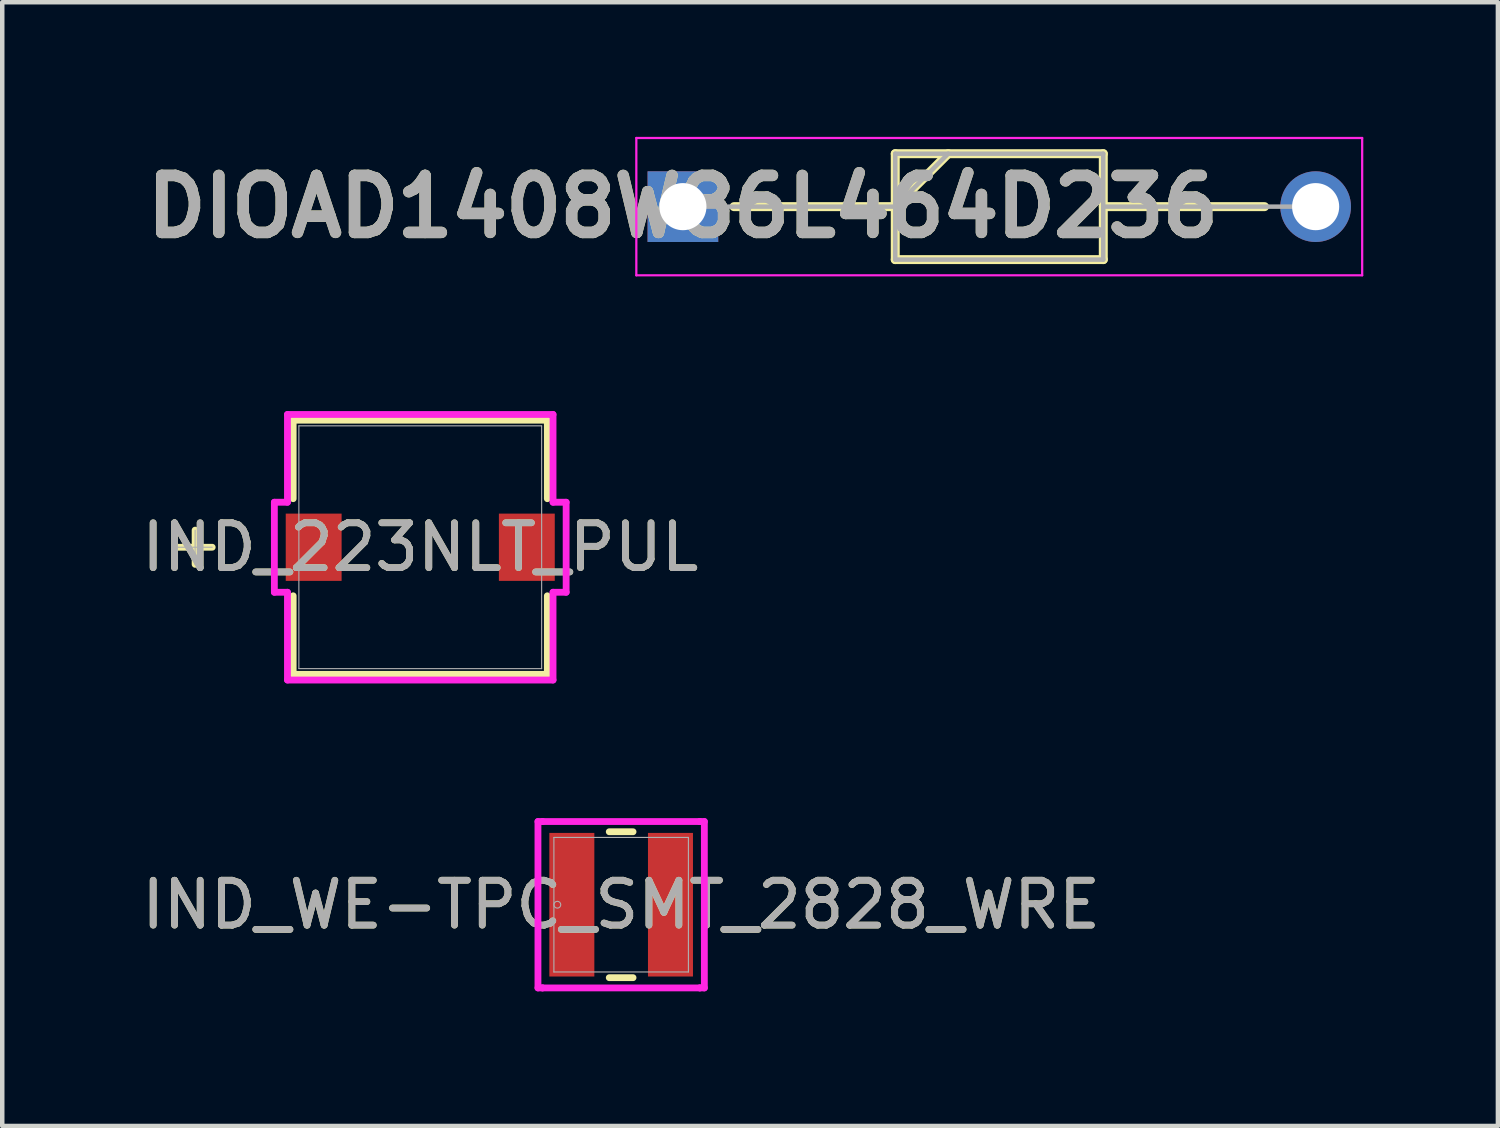
<source format=kicad_pcb>
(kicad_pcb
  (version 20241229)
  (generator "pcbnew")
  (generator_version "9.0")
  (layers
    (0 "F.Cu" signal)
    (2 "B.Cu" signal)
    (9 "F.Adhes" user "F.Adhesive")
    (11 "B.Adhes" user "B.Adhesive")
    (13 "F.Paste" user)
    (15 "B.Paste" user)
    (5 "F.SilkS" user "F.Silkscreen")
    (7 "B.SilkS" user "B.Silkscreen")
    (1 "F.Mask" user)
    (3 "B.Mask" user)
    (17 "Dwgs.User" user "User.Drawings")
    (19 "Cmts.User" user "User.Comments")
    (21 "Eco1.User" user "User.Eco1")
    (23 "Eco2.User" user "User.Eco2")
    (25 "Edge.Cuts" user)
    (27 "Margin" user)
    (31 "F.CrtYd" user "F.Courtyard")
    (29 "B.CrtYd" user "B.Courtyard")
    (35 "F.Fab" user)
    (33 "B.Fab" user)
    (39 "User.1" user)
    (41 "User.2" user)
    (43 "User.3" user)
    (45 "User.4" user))
  (footprint "IND_WE-TPC_SMT_2828_WRE"
    (layer "F.Cu")
    (at 10.792 17.111)
    (property "Reference" "IND_WE-TPC_SMT_2828_WRE" (at 0 0 0) (unlocked yes) (layer "F.SilkS") (effects (font (size 1 1) (thickness 0.15))))
    (attr smd)
    (fp_line (start -0.265 1.626) (end 0.265 1.626) (stroke (width 0.152) (type solid)) (layer "F.SilkS"))
    (fp_line (start 0.265 -1.626) (end -0.265 -1.626) (stroke (width 0.152) (type solid)) (layer "F.SilkS"))
    (fp_line (start -1.854 -1.854) (end -1.753 -1.854) (stroke (width 0.152) (type solid)) (layer "F.CrtYd"))
    (fp_line (start -1.854 1.854) (end -1.854 -1.854) (stroke (width 0.152) (type solid)) (layer "F.CrtYd"))
    (fp_line (start -1.753 -1.854) (end -1.753 -1.854) (stroke (width 0.152) (type solid)) (layer "F.CrtYd"))
    (fp_line (start -1.753 -1.854) (end 1.753 -1.854) (stroke (width 0.152) (type solid)) (layer "F.CrtYd"))
    (fp_line (start -1.753 1.854) (end -1.854 1.854) (stroke (width 0.152) (type solid)) (layer "F.CrtYd"))
    (fp_line (start -1.753 1.854) (end -1.753 1.854) (stroke (width 0.152) (type solid)) (layer "F.CrtYd"))
    (fp_line (start 1.753 -1.854) (end 1.753 -1.854) (stroke (width 0.152) (type solid)) (layer "F.CrtYd"))
    (fp_line (start 1.753 -1.854) (end 1.854 -1.854) (stroke (width 0.152) (type solid)) (layer "F.CrtYd"))
    (fp_line (start 1.753 1.854) (end -1.753 1.854) (stroke (width 0.152) (type solid)) (layer "F.CrtYd"))
    (fp_line (start 1.753 1.854) (end 1.753 1.854) (stroke (width 0.152) (type solid)) (layer "F.CrtYd"))
    (fp_line (start 1.854 -1.854) (end 1.854 1.854) (stroke (width 0.152) (type solid)) (layer "F.CrtYd"))
    (fp_line (start 1.854 1.854) (end 1.753 1.854) (stroke (width 0.152) (type solid)) (layer "F.CrtYd"))
    (fp_line (start -1.499 -1.499) (end -1.499 1.499) (stroke (width 0.025) (type solid)) (layer "F.Fab"))
    (fp_line (start -1.499 1.499) (end 1.499 1.499) (stroke (width 0.025) (type solid)) (layer "F.Fab"))
    (fp_line (start 1.499 -1.499) (end -1.499 -1.499) (stroke (width 0.025) (type solid)) (layer "F.Fab"))
    (fp_line (start 1.499 1.499) (end 1.499 -1.499) (stroke (width 0.025) (type solid)) (layer "F.Fab"))
    (fp_circle (center -1.422 0) (end -1.346 0) (stroke (width 0.025) (type solid)) (fill no) (layer "F.Fab"))
    (fp_text user "${REFERENCE}" (at 0 0 0) (unlocked yes) (layer "F.Fab") (effects (font (size 1 1) (thickness 0.15))))
    (pad "1" smd rect (at -1.099 0) (size 1.003 3.2) (layers "F.Cu" "F.Mask" "F.Paste"))
    (pad "2" smd rect (at 1.099 0) (size 1.003 3.2) (layers "F.Cu" "F.Mask" "F.Paste"))
    (zone (net_name "") (layer "F.Cu") (hatch full 0.508) (connect_pads) (min_thickness 0.254) (filled_areas_thickness no) (keepout (tracks not_allowed) (vias not_allowed) (pads allowed) (copperpour not_allowed) (footprints allowed)) (placement (enabled no)) (fill) (polygon (pts (xy 10.246 15.562) (xy 11.338 15.562) (xy 11.338 18.66) (xy 10.246 18.66)))))
  (footprint "DIOAD1408W86L464D236"
    (layer "F.Cu")
    (at 12.168 1.555)
    (property "Reference" "DIOAD1408W86L464D236" (at 0 0 0) (layer "F.SilkS") (effects (font (size 1.27 1.27) (thickness 0.254))))
    (attr through_hole)
    (fp_line (start 1.138 0) (end 4.732 0) (stroke (width 0.2) (type solid)) (layer "F.SilkS"))
    (fp_line (start 4.732 -1.18) (end 9.368 -1.18) (stroke (width 0.2) (type solid)) (layer "F.SilkS"))
    (fp_line (start 4.732 0) (end 5.912 -1.18) (stroke (width 0.2) (type solid)) (layer "F.SilkS"))
    (fp_line (start 4.732 1.18) (end 4.732 -1.18) (stroke (width 0.2) (type solid)) (layer "F.SilkS"))
    (fp_line (start 9.368 -1.18) (end 9.368 1.18) (stroke (width 0.2) (type solid)) (layer "F.SilkS"))
    (fp_line (start 9.368 0) (end 12.962 0) (stroke (width 0.2) (type solid)) (layer "F.SilkS"))
    (fp_line (start 9.368 1.18) (end 4.732 1.18) (stroke (width 0.2) (type solid)) (layer "F.SilkS"))
    (fp_line (start -1.038 -1.53) (end 15.137 -1.53) (stroke (width 0.05) (type solid)) (layer "F.CrtYd"))
    (fp_line (start -1.038 1.53) (end -1.038 -1.53) (stroke (width 0.05) (type solid)) (layer "F.CrtYd"))
    (fp_line (start 15.137 -1.53) (end 15.137 1.53) (stroke (width 0.05) (type solid)) (layer "F.CrtYd"))
    (fp_line (start 15.137 1.53) (end -1.038 1.53) (stroke (width 0.05) (type solid)) (layer "F.CrtYd"))
    (fp_line (start 0 0) (end 4.732 0) (stroke (width 0.1) (type solid)) (layer "F.Fab"))
    (fp_line (start 4.732 -1.18) (end 9.367 -1.18) (stroke (width 0.1) (type solid)) (layer "F.Fab"))
    (fp_line (start 4.732 0) (end 5.912 -1.18) (stroke (width 0.1) (type solid)) (layer "F.Fab"))
    (fp_line (start 4.732 1.18) (end 4.732 -1.18) (stroke (width 0.1) (type solid)) (layer "F.Fab"))
    (fp_line (start 9.367 -1.18) (end 9.367 1.18) (stroke (width 0.1) (type solid)) (layer "F.Fab"))
    (fp_line (start 9.367 1.18) (end 4.732 1.18) (stroke (width 0.1) (type solid)) (layer "F.Fab"))
    (fp_line (start 9.368 0) (end 14.1 0) (stroke (width 0.1) (type solid)) (layer "F.Fab"))
    (fp_text user "${REFERENCE}" (at 0 0 0) (layer "F.Fab") (effects (font (size 1.27 1.27) (thickness 0.254))))
    (pad "1" thru_hole rect (at 0 0) (size 1.575 1.575) (drill 1.05) (layers "*.Cu" "*.Mask"))
    (pad "2" thru_hole circle (at 14.1 0) (size 1.575 1.575) (drill 1.05) (layers "*.Cu" "*.Mask")))
  (footprint "IND_223NLT_PUL"
    (layer "F.Cu")
    (at 6.315 9.145)
    (property "Reference" "IND_223NLT_PUL" (at 0 0 0) (unlocked yes) (layer "F.SilkS") (effects (font (size 1 1) (thickness 0.15))))
    (attr smd)
    (fp_line (start -5.017 -0.381) (end -5.017 0.381) (stroke (width 0.152) (type solid)) (layer "F.SilkS"))
    (fp_line (start -4.636 0) (end -5.398 0) (stroke (width 0.152) (type solid)) (layer "F.SilkS"))
    (fp_line (start -2.832 -2.832) (end -2.832 -1.082) (stroke (width 0.152) (type solid)) (layer "F.SilkS"))
    (fp_line (start -2.832 1.082) (end -2.832 2.832) (stroke (width 0.152) (type solid)) (layer "F.SilkS"))
    (fp_line (start -2.832 2.832) (end 2.832 2.832) (stroke (width 0.152) (type solid)) (layer "F.SilkS"))
    (fp_line (start 2.832 -2.832) (end -2.832 -2.832) (stroke (width 0.152) (type solid)) (layer "F.SilkS"))
    (fp_line (start 2.832 -1.082) (end 2.832 -2.832) (stroke (width 0.152) (type solid)) (layer "F.SilkS"))
    (fp_line (start 2.832 2.832) (end 2.832 1.082) (stroke (width 0.152) (type solid)) (layer "F.SilkS"))
    (fp_line (start -3.251 -1.003) (end -2.959 -1.003) (stroke (width 0.152) (type solid)) (layer "F.CrtYd"))
    (fp_line (start -3.251 1.003) (end -3.251 -1.003) (stroke (width 0.152) (type solid)) (layer "F.CrtYd"))
    (fp_line (start -2.959 -2.959) (end 2.959 -2.959) (stroke (width 0.152) (type solid)) (layer "F.CrtYd"))
    (fp_line (start -2.959 -1.003) (end -2.959 -2.959) (stroke (width 0.152) (type solid)) (layer "F.CrtYd"))
    (fp_line (start -2.959 1.003) (end -3.251 1.003) (stroke (width 0.152) (type solid)) (layer "F.CrtYd"))
    (fp_line (start -2.959 2.959) (end -2.959 1.003) (stroke (width 0.152) (type solid)) (layer "F.CrtYd"))
    (fp_line (start 2.959 -2.959) (end 2.959 -1.003) (stroke (width 0.152) (type solid)) (layer "F.CrtYd"))
    (fp_line (start 2.959 -1.003) (end 3.251 -1.003) (stroke (width 0.152) (type solid)) (layer "F.CrtYd"))
    (fp_line (start 2.959 1.003) (end 2.959 2.959) (stroke (width 0.152) (type solid)) (layer "F.CrtYd"))
    (fp_line (start 2.959 2.959) (end -2.959 2.959) (stroke (width 0.152) (type solid)) (layer "F.CrtYd"))
    (fp_line (start 3.251 -1.003) (end 3.251 1.003) (stroke (width 0.152) (type solid)) (layer "F.CrtYd"))
    (fp_line (start 3.251 1.003) (end 2.959 1.003) (stroke (width 0.152) (type solid)) (layer "F.CrtYd"))
    (fp_line (start -5.017 -0.381) (end -5.017 0.381) (stroke (width 0.025) (type solid)) (layer "F.Fab"))
    (fp_line (start -4.636 0) (end -5.398 0) (stroke (width 0.025) (type solid)) (layer "F.Fab"))
    (fp_line (start -2.705 -2.705) (end -2.705 2.705) (stroke (width 0.025) (type solid)) (layer "F.Fab"))
    (fp_line (start -2.705 2.705) (end 2.705 2.705) (stroke (width 0.025) (type solid)) (layer "F.Fab"))
    (fp_line (start 2.705 -2.705) (end -2.705 -2.705) (stroke (width 0.025) (type solid)) (layer "F.Fab"))
    (fp_line (start 2.705 2.705) (end 2.705 -2.705) (stroke (width 0.025) (type solid)) (layer "F.Fab"))
    (fp_text user "${REFERENCE}" (at 0 0 0) (unlocked yes) (layer "F.Fab") (effects (font (size 1 1) (thickness 0.15))))
    (pad "1" smd rect (at -2.375 0) (size 1.245 1.499) (layers "F.Cu" "F.Mask" "F.Paste"))
    (pad "2" smd rect (at 2.375 0) (size 1.245 1.499) (layers "F.Cu" "F.Mask" "F.Paste"))
    (zone (net_name "") (layer "F.Cu") (hatch full 0.508) (connect_pads) (min_thickness 0.254) (filled_areas_thickness no) (keepout (tracks not_allowed) (vias not_allowed) (pads allowed) (copperpour not_allowed) (footprints allowed)) (placement (enabled no)) (fill) (polygon (pts (xy 3.661 6.491) (xy 8.97 6.491) (xy 8.97 8.345) (xy 3.661 8.345))))
    (zone (net_name "") (layer "F.Cu") (hatch full 0.508) (connect_pads) (min_thickness 0.254) (filled_areas_thickness no) (keepout (tracks not_allowed) (vias not_allowed) (pads allowed) (copperpour not_allowed) (footprints allowed)) (placement (enabled no)) (fill) (polygon (pts (xy 3.661 9.945) (xy 8.97 9.945) (xy 8.97 11.8) (xy 3.661 11.8))))
    (zone (net_name "") (layer "F.Cu") (hatch full 0.508) (connect_pads) (min_thickness 0.254) (filled_areas_thickness no) (keepout (tracks not_allowed) (vias not_allowed) (pads allowed) (copperpour not_allowed) (footprints allowed)) (placement (enabled no)) (fill) (polygon (pts (xy 4.36 8.345) (xy 8.271 8.345) (xy 8.271 9.945) (xy 4.36 9.945)))))
  (gr_rect
    (start -3 -3)
    (end 30.33 22.041)
    (stroke (width 0.1) (type default))
    (fill no)
    (layer "Edge.Cuts")))
</source>
